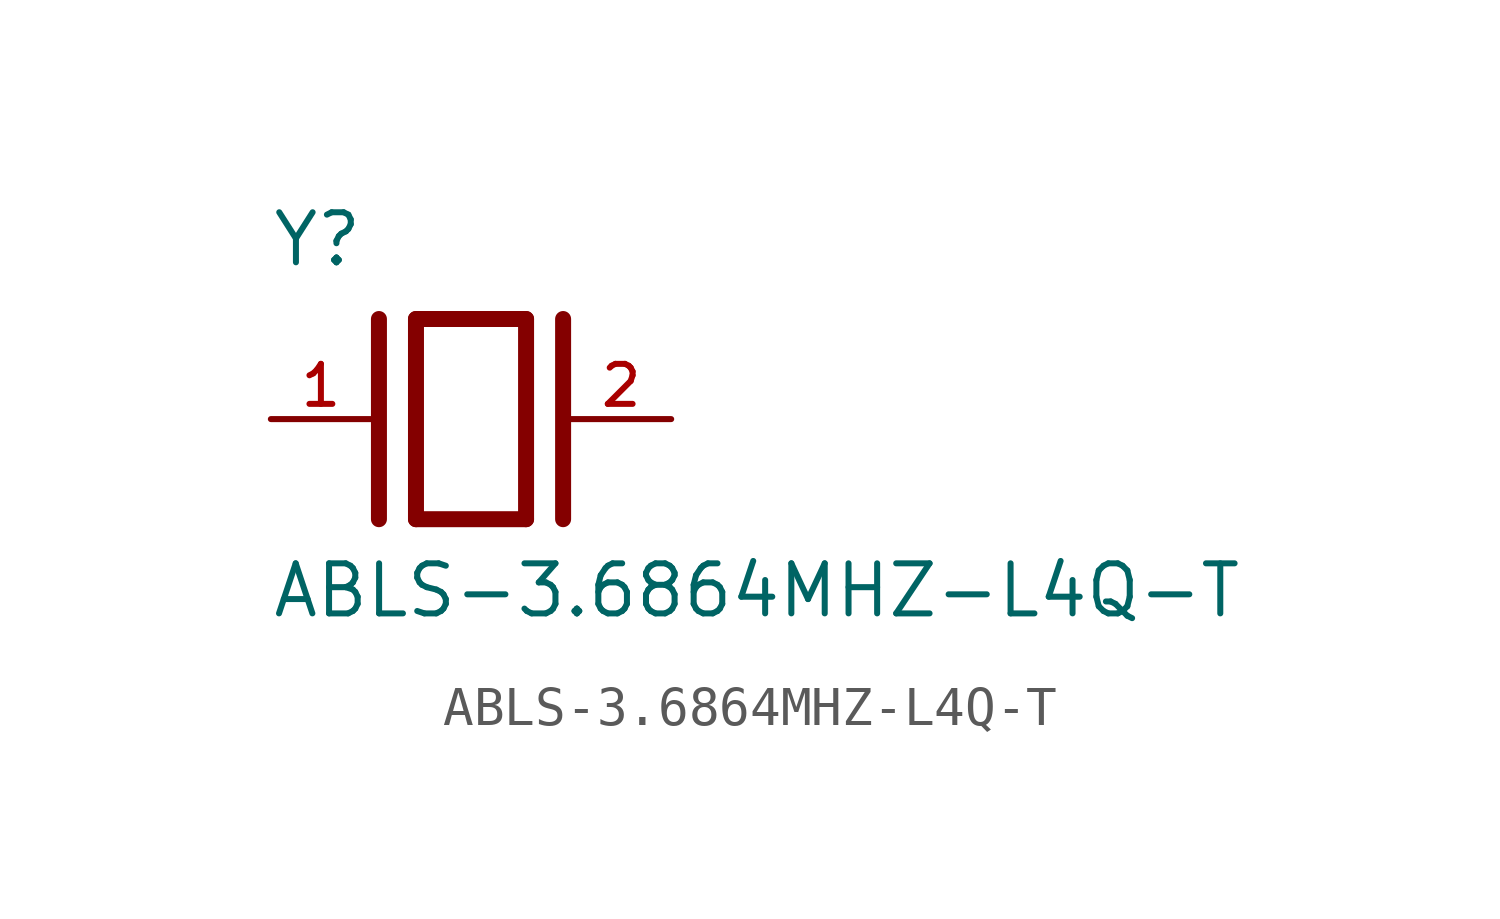
<source format=kicad_sym>
(kicad_symbol_lib
  (version 20211014)
  (generator kicad_symbol_editor)
  (symbol "ABLS-3.6864MHZ-L4Q-T"
    (pin_names
      (offset 1.016))
    (property "Reference" "Y"
      (at -5.088 3.816 0)
      (effects (font (size 1.27 1.27)) (justify bottom left)))
    (property "Value" "ABLS-3.6864MHZ-L4Q-T"
      (at -5.094 -5.094 0)
      (effects (font (size 1.27 1.27)) (justify bottom left)))
    (symbol "ABLS-3.6864MHZ-L4Q-T_0_0"
      (polyline (pts (xy -1.397 2.54) (xy 1.397 2.54)) (stroke (width 0.406)))
      (polyline (pts (xy 1.397 2.54) (xy 1.397 -2.54)) (stroke (width 0.406)))
      (polyline (pts (xy 1.397 -2.54) (xy -1.397 -2.54)) (stroke (width 0.406)))
      (polyline (pts (xy -1.397 2.54) (xy -1.397 -2.54)) (stroke (width 0.406)))
      (polyline (pts (xy 2.337 2.54) (xy 2.337 -2.54)) (stroke (width 0.406)))
      (polyline (pts (xy -2.337 2.54) (xy -2.337 -2.54)) (stroke (width 0.406)))
      (pin passive line (at 5.08 0.0 180.0) (length 2.54) (name "~" (effects (font (size 1.016 1.016)))) (number "2" (effects (font (size 1.016 1.016)))))
      (pin passive line (at -5.08 0.0 0) (length 2.54) (name "~" (effects (font (size 1.016 1.016)))) (number "1" (effects (font (size 1.016 1.016))))))))
</source>
